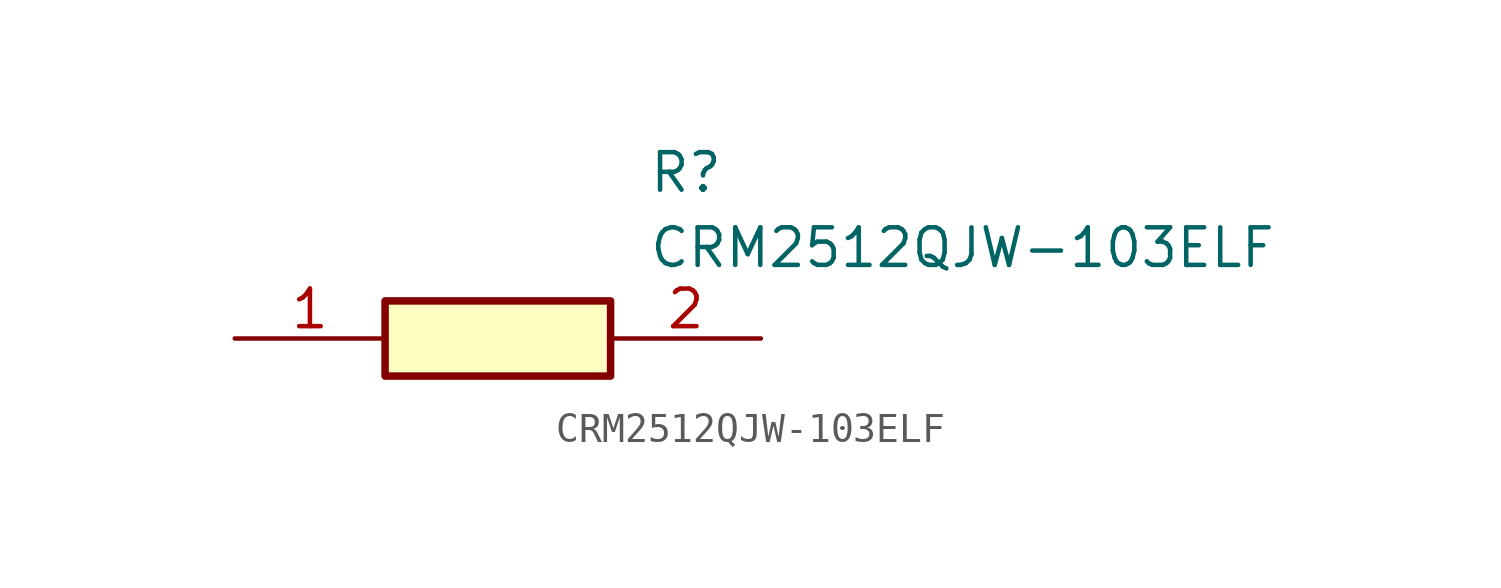
<source format=kicad_sym>
(kicad_symbol_lib
  (version 20211014)
  (generator SamacSys_ECAD_Model)
  (symbol "CRM2512QJW-103ELF"
    (pin_names hide)
    (property "Reference" "R"
      (at 13.97 6.35 0)
      (effects (font (size 1.27 1.27)) (justify left top)))
    (property "Value" "CRM2512QJW-103ELF"
      (at 13.97 3.81 0)
      (effects (font (size 1.27 1.27)) (justify left top)))
    (rectangle
      (start 5.08 1.27)
      (end 12.7 -1.27)
      (stroke (width 0.254) (type default))
      (fill (type background)))
    (pin passive line
      (at 0 0 0)
      (length 5.08)
      (name "1" (effects (font (size 1.27 1.27))))
      (number "1" (effects (font (size 1.27 1.27)))))
    (pin passive line
      (at 17.78 0 180)
      (length 5.08)
      (name "2" (effects (font (size 1.27 1.27))))
      (number "2" (effects (font (size 1.27 1.27)))))))
</source>
